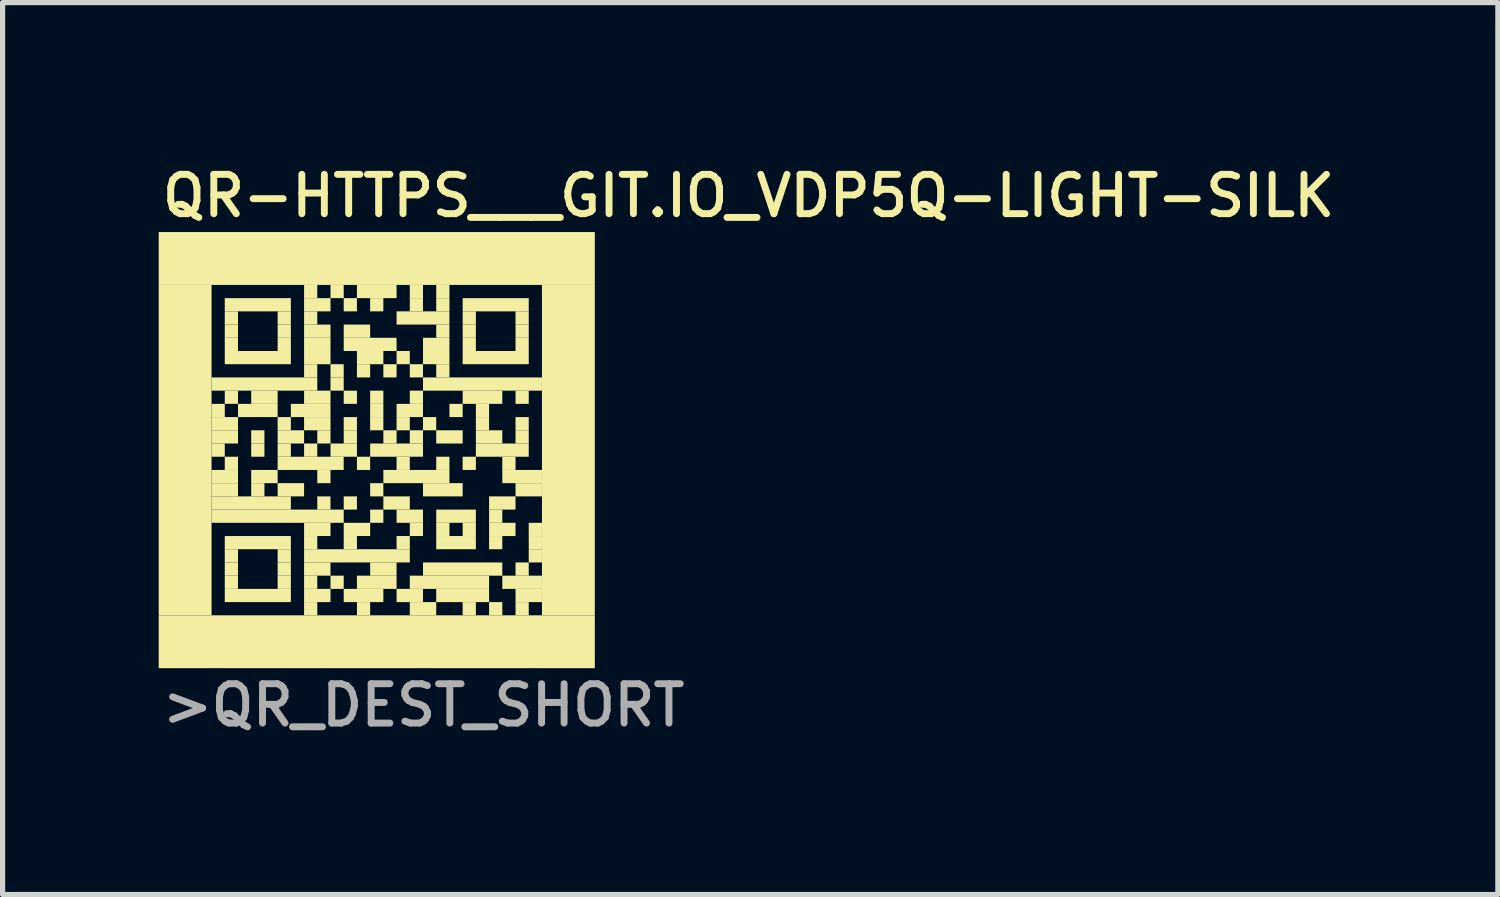
<source format=kicad_pcb>
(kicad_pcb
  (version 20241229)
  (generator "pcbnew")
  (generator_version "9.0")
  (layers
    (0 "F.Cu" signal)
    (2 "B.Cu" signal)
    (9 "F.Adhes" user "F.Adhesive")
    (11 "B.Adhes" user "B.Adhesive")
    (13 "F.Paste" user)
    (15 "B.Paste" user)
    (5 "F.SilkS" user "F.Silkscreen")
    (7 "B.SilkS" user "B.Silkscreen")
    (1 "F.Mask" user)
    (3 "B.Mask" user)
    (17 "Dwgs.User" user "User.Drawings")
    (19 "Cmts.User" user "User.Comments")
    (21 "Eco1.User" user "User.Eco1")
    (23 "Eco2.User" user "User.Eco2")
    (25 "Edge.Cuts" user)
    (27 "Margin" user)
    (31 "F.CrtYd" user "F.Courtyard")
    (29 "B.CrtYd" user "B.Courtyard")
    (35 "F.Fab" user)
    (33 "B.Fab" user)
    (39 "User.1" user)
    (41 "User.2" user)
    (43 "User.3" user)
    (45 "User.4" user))
  (footprint "QR-HTTPS___GIT.IO_VDP5Q-LIGHT-SILK"
    (layer "F.Cu")
    (at 4.191 5.601)
    (property "Reference" "QR-HTTPS___GIT.IO_VDP5Q-LIGHT-SILK" (at -4.191 -4.445 0) (layer "F.SilkS") (effects (font (size 0.756 0.756) (thickness 0.133)) (justify left bottom)))
    (fp_poly (pts (xy -4.191 -3.175) (xy 4.191 -3.175) (xy 4.191 -4.191) (xy -4.191 -4.191)) (stroke (width 0) (type solid)) (fill yes) (layer "F.SilkS"))
    (fp_poly (pts (xy -4.191 3.175) (xy -3.175 3.175) (xy -3.175 -3.175) (xy -4.191 -3.175)) (stroke (width 0) (type solid)) (fill yes) (layer "F.SilkS"))
    (fp_poly (pts (xy -4.191 4.191) (xy 4.191 4.191) (xy 4.191 3.175) (xy -4.191 3.175)) (stroke (width 0) (type solid)) (fill yes) (layer "F.SilkS"))
    (fp_poly (pts (xy -3.175 -1.143) (xy -1.143 -1.143) (xy -1.143 -1.397) (xy -3.175 -1.397)) (stroke (width 0) (type solid)) (fill yes) (layer "F.SilkS"))
    (fp_poly (pts (xy -3.175 -0.635) (xy -2.921 -0.635) (xy -2.921 -0.889) (xy -3.175 -0.889)) (stroke (width 0) (type solid)) (fill yes) (layer "F.SilkS"))
    (fp_poly (pts (xy -3.175 -0.381) (xy -2.667 -0.381) (xy -2.667 -0.635) (xy -3.175 -0.635)) (stroke (width 0) (type solid)) (fill yes) (layer "F.SilkS"))
    (fp_poly (pts (xy -3.175 -0.127) (xy -2.667 -0.127) (xy -2.667 -0.381) (xy -3.175 -0.381)) (stroke (width 0) (type solid)) (fill yes) (layer "F.SilkS"))
    (fp_poly (pts (xy -3.175 0.127) (xy -2.921 0.127) (xy -2.921 -0.127) (xy -3.175 -0.127)) (stroke (width 0) (type solid)) (fill yes) (layer "F.SilkS"))
    (fp_poly (pts (xy -3.175 0.635) (xy -2.667 0.635) (xy -2.667 0.381) (xy -3.175 0.381)) (stroke (width 0) (type solid)) (fill yes) (layer "F.SilkS"))
    (fp_poly (pts (xy -3.175 0.889) (xy -2.667 0.889) (xy -2.667 0.635) (xy -3.175 0.635)) (stroke (width 0) (type solid)) (fill yes) (layer "F.SilkS"))
    (fp_poly (pts (xy -3.175 1.143) (xy -1.651 1.143) (xy -1.651 0.889) (xy -3.175 0.889)) (stroke (width 0) (type solid)) (fill yes) (layer "F.SilkS"))
    (fp_poly (pts (xy -3.175 1.397) (xy -0.635 1.397) (xy -0.635 1.143) (xy -3.175 1.143)) (stroke (width 0) (type solid)) (fill yes) (layer "F.SilkS"))
    (fp_poly (pts (xy -2.921 -2.667) (xy -1.651 -2.667) (xy -1.651 -2.921) (xy -2.921 -2.921)) (stroke (width 0) (type solid)) (fill yes) (layer "F.SilkS"))
    (fp_poly (pts (xy -2.921 -2.413) (xy -2.667 -2.413) (xy -2.667 -2.667) (xy -2.921 -2.667)) (stroke (width 0) (type solid)) (fill yes) (layer "F.SilkS"))
    (fp_poly (pts (xy -2.921 -2.159) (xy -2.667 -2.159) (xy -2.667 -2.413) (xy -2.921 -2.413)) (stroke (width 0) (type solid)) (fill yes) (layer "F.SilkS"))
    (fp_poly (pts (xy -2.921 -1.905) (xy -2.667 -1.905) (xy -2.667 -2.159) (xy -2.921 -2.159)) (stroke (width 0) (type solid)) (fill yes) (layer "F.SilkS"))
    (fp_poly (pts (xy -2.921 -1.651) (xy -1.651 -1.651) (xy -1.651 -1.905) (xy -2.921 -1.905)) (stroke (width 0) (type solid)) (fill yes) (layer "F.SilkS"))
    (fp_poly (pts (xy -2.921 -0.889) (xy -2.667 -0.889) (xy -2.667 -1.143) (xy -2.921 -1.143)) (stroke (width 0) (type solid)) (fill yes) (layer "F.SilkS"))
    (fp_poly (pts (xy -2.921 0.381) (xy -2.667 0.381) (xy -2.667 0.127) (xy -2.921 0.127)) (stroke (width 0) (type solid)) (fill yes) (layer "F.SilkS"))
    (fp_poly (pts (xy -2.921 1.905) (xy -1.651 1.905) (xy -1.651 1.651) (xy -2.921 1.651)) (stroke (width 0) (type solid)) (fill yes) (layer "F.SilkS"))
    (fp_poly (pts (xy -2.921 2.159) (xy -2.667 2.159) (xy -2.667 1.905) (xy -2.921 1.905)) (stroke (width 0) (type solid)) (fill yes) (layer "F.SilkS"))
    (fp_poly (pts (xy -2.921 2.413) (xy -2.667 2.413) (xy -2.667 2.159) (xy -2.921 2.159)) (stroke (width 0) (type solid)) (fill yes) (layer "F.SilkS"))
    (fp_poly (pts (xy -2.921 2.667) (xy -2.667 2.667) (xy -2.667 2.413) (xy -2.921 2.413)) (stroke (width 0) (type solid)) (fill yes) (layer "F.SilkS"))
    (fp_poly (pts (xy -2.921 2.921) (xy -1.651 2.921) (xy -1.651 2.667) (xy -2.921 2.667)) (stroke (width 0) (type solid)) (fill yes) (layer "F.SilkS"))
    (fp_poly (pts (xy -2.667 -0.635) (xy -1.905 -0.635) (xy -1.905 -0.889) (xy -2.667 -0.889)) (stroke (width 0) (type solid)) (fill yes) (layer "F.SilkS"))
    (fp_poly (pts (xy -2.413 -0.889) (xy -1.905 -0.889) (xy -1.905 -1.143) (xy -2.413 -1.143)) (stroke (width 0) (type solid)) (fill yes) (layer "F.SilkS"))
    (fp_poly (pts (xy -2.413 -0.127) (xy -2.159 -0.127) (xy -2.159 -0.381) (xy -2.413 -0.381)) (stroke (width 0) (type solid)) (fill yes) (layer "F.SilkS"))
    (fp_poly (pts (xy -2.413 0.127) (xy -2.159 0.127) (xy -2.159 -0.127) (xy -2.413 -0.127)) (stroke (width 0) (type solid)) (fill yes) (layer "F.SilkS"))
    (fp_poly (pts (xy -2.413 0.635) (xy -1.905 0.635) (xy -1.905 0.381) (xy -2.413 0.381)) (stroke (width 0) (type solid)) (fill yes) (layer "F.SilkS"))
    (fp_poly (pts (xy -2.413 0.889) (xy -2.159 0.889) (xy -2.159 0.635) (xy -2.413 0.635)) (stroke (width 0) (type solid)) (fill yes) (layer "F.SilkS"))
    (fp_poly (pts (xy -1.905 -2.413) (xy -1.651 -2.413) (xy -1.651 -2.667) (xy -1.905 -2.667)) (stroke (width 0) (type solid)) (fill yes) (layer "F.SilkS"))
    (fp_poly (pts (xy -1.905 -2.159) (xy -1.651 -2.159) (xy -1.651 -2.413) (xy -1.905 -2.413)) (stroke (width 0) (type solid)) (fill yes) (layer "F.SilkS"))
    (fp_poly (pts (xy -1.905 -1.905) (xy -1.651 -1.905) (xy -1.651 -2.159) (xy -1.905 -2.159)) (stroke (width 0) (type solid)) (fill yes) (layer "F.SilkS"))
    (fp_poly (pts (xy -1.905 -0.381) (xy -1.651 -0.381) (xy -1.651 -0.635) (xy -1.905 -0.635)) (stroke (width 0) (type solid)) (fill yes) (layer "F.SilkS"))
    (fp_poly (pts (xy -1.905 -0.127) (xy -1.397 -0.127) (xy -1.397 -0.381) (xy -1.905 -0.381)) (stroke (width 0) (type solid)) (fill yes) (layer "F.SilkS"))
    (fp_poly (pts (xy -1.905 0.127) (xy -1.651 0.127) (xy -1.651 -0.127) (xy -1.905 -0.127)) (stroke (width 0) (type solid)) (fill yes) (layer "F.SilkS"))
    (fp_poly (pts (xy -1.905 0.381) (xy -0.635 0.381) (xy -0.635 0.127) (xy -1.905 0.127)) (stroke (width 0) (type solid)) (fill yes) (layer "F.SilkS"))
    (fp_poly (pts (xy -1.905 0.889) (xy -1.397 0.889) (xy -1.397 0.635) (xy -1.905 0.635)) (stroke (width 0) (type solid)) (fill yes) (layer "F.SilkS"))
    (fp_poly (pts (xy -1.905 2.159) (xy -1.651 2.159) (xy -1.651 1.905) (xy -1.905 1.905)) (stroke (width 0) (type solid)) (fill yes) (layer "F.SilkS"))
    (fp_poly (pts (xy -1.905 2.413) (xy -1.651 2.413) (xy -1.651 2.159) (xy -1.905 2.159)) (stroke (width 0) (type solid)) (fill yes) (layer "F.SilkS"))
    (fp_poly (pts (xy -1.905 2.667) (xy -1.651 2.667) (xy -1.651 2.413) (xy -1.905 2.413)) (stroke (width 0) (type solid)) (fill yes) (layer "F.SilkS"))
    (fp_poly (pts (xy -1.651 -0.635) (xy -0.889 -0.635) (xy -0.889 -0.889) (xy -1.651 -0.889)) (stroke (width 0) (type solid)) (fill yes) (layer "F.SilkS"))
    (fp_poly (pts (xy -1.397 -2.921) (xy -1.143 -2.921) (xy -1.143 -3.175) (xy -1.397 -3.175)) (stroke (width 0) (type solid)) (fill yes) (layer "F.SilkS"))
    (fp_poly (pts (xy -1.397 -2.667) (xy -0.889 -2.667) (xy -0.889 -2.921) (xy -1.397 -2.921)) (stroke (width 0) (type solid)) (fill yes) (layer "F.SilkS"))
    (fp_poly (pts (xy -1.397 -2.413) (xy -1.143 -2.413) (xy -1.143 -2.667) (xy -1.397 -2.667)) (stroke (width 0) (type solid)) (fill yes) (layer "F.SilkS"))
    (fp_poly (pts (xy -1.397 -2.159) (xy -0.889 -2.159) (xy -0.889 -2.413) (xy -1.397 -2.413)) (stroke (width 0) (type solid)) (fill yes) (layer "F.SilkS"))
    (fp_poly (pts (xy -1.397 -1.905) (xy -0.889 -1.905) (xy -0.889 -2.159) (xy -1.397 -2.159)) (stroke (width 0) (type solid)) (fill yes) (layer "F.SilkS"))
    (fp_poly (pts (xy -1.397 -1.651) (xy -0.889 -1.651) (xy -0.889 -1.905) (xy -1.397 -1.905)) (stroke (width 0) (type solid)) (fill yes) (layer "F.SilkS"))
    (fp_poly (pts (xy -1.397 -1.397) (xy -1.143 -1.397) (xy -1.143 -1.651) (xy -1.397 -1.651)) (stroke (width 0) (type solid)) (fill yes) (layer "F.SilkS"))
    (fp_poly (pts (xy -1.397 -0.889) (xy -0.889 -0.889) (xy -0.889 -1.143) (xy -1.397 -1.143)) (stroke (width 0) (type solid)) (fill yes) (layer "F.SilkS"))
    (fp_poly (pts (xy -1.397 -0.381) (xy -0.889 -0.381) (xy -0.889 -0.635) (xy -1.397 -0.635)) (stroke (width 0) (type solid)) (fill yes) (layer "F.SilkS"))
    (fp_poly (pts (xy -1.397 0.127) (xy -1.143 0.127) (xy -1.143 -0.127) (xy -1.397 -0.127)) (stroke (width 0) (type solid)) (fill yes) (layer "F.SilkS"))
    (fp_poly (pts (xy -1.397 1.651) (xy -0.889 1.651) (xy -0.889 1.397) (xy -1.397 1.397)) (stroke (width 0) (type solid)) (fill yes) (layer "F.SilkS"))
    (fp_poly (pts (xy -1.397 1.905) (xy -1.143 1.905) (xy -1.143 1.651) (xy -1.397 1.651)) (stroke (width 0) (type solid)) (fill yes) (layer "F.SilkS"))
    (fp_poly (pts (xy -1.397 2.159) (xy 0.635 2.159) (xy 0.635 1.905) (xy -1.397 1.905)) (stroke (width 0) (type solid)) (fill yes) (layer "F.SilkS"))
    (fp_poly (pts (xy -1.397 2.413) (xy -0.889 2.413) (xy -0.889 2.159) (xy -1.397 2.159)) (stroke (width 0) (type solid)) (fill yes) (layer "F.SilkS"))
    (fp_poly (pts (xy -1.397 2.667) (xy -1.143 2.667) (xy -1.143 2.413) (xy -1.397 2.413)) (stroke (width 0) (type solid)) (fill yes) (layer "F.SilkS"))
    (fp_poly (pts (xy -1.397 2.921) (xy -0.889 2.921) (xy -0.889 2.667) (xy -1.397 2.667)) (stroke (width 0) (type solid)) (fill yes) (layer "F.SilkS"))
    (fp_poly (pts (xy -1.397 3.175) (xy -1.143 3.175) (xy -1.143 2.921) (xy -1.397 2.921)) (stroke (width 0) (type solid)) (fill yes) (layer "F.SilkS"))
    (fp_poly (pts (xy -1.143 -0.127) (xy -0.889 -0.127) (xy -0.889 -0.381) (xy -1.143 -0.381)) (stroke (width 0) (type solid)) (fill yes) (layer "F.SilkS"))
    (fp_poly (pts (xy -1.143 0.635) (xy -0.889 0.635) (xy -0.889 0.381) (xy -1.143 0.381)) (stroke (width 0) (type solid)) (fill yes) (layer "F.SilkS"))
    (fp_poly (pts (xy -1.143 1.143) (xy -0.889 1.143) (xy -0.889 0.889) (xy -1.143 0.889)) (stroke (width 0) (type solid)) (fill yes) (layer "F.SilkS"))
    (fp_poly (pts (xy -0.889 -2.921) (xy -0.635 -2.921) (xy -0.635 -3.175) (xy -0.889 -3.175)) (stroke (width 0) (type solid)) (fill yes) (layer "F.SilkS"))
    (fp_poly (pts (xy -0.889 -1.397) (xy -0.635 -1.397) (xy -0.635 -1.651) (xy -0.889 -1.651)) (stroke (width 0) (type solid)) (fill yes) (layer "F.SilkS"))
    (fp_poly (pts (xy -0.889 -1.143) (xy -0.635 -1.143) (xy -0.635 -1.397) (xy -0.889 -1.397)) (stroke (width 0) (type solid)) (fill yes) (layer "F.SilkS"))
    (fp_poly (pts (xy -0.889 0.127) (xy -0.381 0.127) (xy -0.381 -0.127) (xy -0.889 -0.127)) (stroke (width 0) (type solid)) (fill yes) (layer "F.SilkS"))
    (fp_poly (pts (xy -0.889 2.667) (xy -0.635 2.667) (xy -0.635 2.413) (xy -0.889 2.413)) (stroke (width 0) (type solid)) (fill yes) (layer "F.SilkS"))
    (fp_poly (pts (xy -0.635 -2.667) (xy -0.381 -2.667) (xy -0.381 -2.921) (xy -0.635 -2.921)) (stroke (width 0) (type solid)) (fill yes) (layer "F.SilkS"))
    (fp_poly (pts (xy -0.635 -2.159) (xy -0.127 -2.159) (xy -0.127 -2.413) (xy -0.635 -2.413)) (stroke (width 0) (type solid)) (fill yes) (layer "F.SilkS"))
    (fp_poly (pts (xy -0.635 -1.905) (xy 0.381 -1.905) (xy 0.381 -2.159) (xy -0.635 -2.159)) (stroke (width 0) (type solid)) (fill yes) (layer "F.SilkS"))
    (fp_poly (pts (xy -0.635 -0.889) (xy -0.381 -0.889) (xy -0.381 -1.143) (xy -0.635 -1.143)) (stroke (width 0) (type solid)) (fill yes) (layer "F.SilkS"))
    (fp_poly (pts (xy -0.635 -0.381) (xy -0.381 -0.381) (xy -0.381 -0.635) (xy -0.635 -0.635)) (stroke (width 0) (type solid)) (fill yes) (layer "F.SilkS"))
    (fp_poly (pts (xy -0.635 -0.127) (xy -0.381 -0.127) (xy -0.381 -0.381) (xy -0.635 -0.381)) (stroke (width 0) (type solid)) (fill yes) (layer "F.SilkS"))
    (fp_poly (pts (xy -0.635 1.143) (xy -0.381 1.143) (xy -0.381 0.889) (xy -0.635 0.889)) (stroke (width 0) (type solid)) (fill yes) (layer "F.SilkS"))
    (fp_poly (pts (xy -0.635 1.651) (xy -0.127 1.651) (xy -0.127 1.397) (xy -0.635 1.397)) (stroke (width 0) (type solid)) (fill yes) (layer "F.SilkS"))
    (fp_poly (pts (xy -0.635 1.905) (xy -0.381 1.905) (xy -0.381 1.651) (xy -0.635 1.651)) (stroke (width 0) (type solid)) (fill yes) (layer "F.SilkS"))
    (fp_poly (pts (xy -0.635 2.921) (xy 0.127 2.921) (xy 0.127 2.667) (xy -0.635 2.667)) (stroke (width 0) (type solid)) (fill yes) (layer "F.SilkS"))
    (fp_poly (pts (xy -0.381 -2.921) (xy 0.381 -2.921) (xy 0.381 -3.175) (xy -0.381 -3.175)) (stroke (width 0) (type solid)) (fill yes) (layer "F.SilkS"))
    (fp_poly (pts (xy -0.381 -1.651) (xy 0.127 -1.651) (xy 0.127 -1.905) (xy -0.381 -1.905)) (stroke (width 0) (type solid)) (fill yes) (layer "F.SilkS"))
    (fp_poly (pts (xy -0.381 -1.397) (xy -0.127 -1.397) (xy -0.127 -1.651) (xy -0.381 -1.651)) (stroke (width 0) (type solid)) (fill yes) (layer "F.SilkS"))
    (fp_poly (pts (xy -0.381 0.381) (xy -0.127 0.381) (xy -0.127 0.127) (xy -0.381 0.127)) (stroke (width 0) (type solid)) (fill yes) (layer "F.SilkS"))
    (fp_poly (pts (xy -0.381 2.667) (xy 0.381 2.667) (xy 0.381 2.413) (xy -0.381 2.413)) (stroke (width 0) (type solid)) (fill yes) (layer "F.SilkS"))
    (fp_poly (pts (xy -0.381 3.175) (xy -0.127 3.175) (xy -0.127 2.921) (xy -0.381 2.921)) (stroke (width 0) (type solid)) (fill yes) (layer "F.SilkS"))
    (fp_poly (pts (xy -0.127 -2.667) (xy 0.127 -2.667) (xy 0.127 -2.921) (xy -0.127 -2.921)) (stroke (width 0) (type solid)) (fill yes) (layer "F.SilkS"))
    (fp_poly (pts (xy -0.127 -0.889) (xy 0.127 -0.889) (xy 0.127 -1.143) (xy -0.127 -1.143)) (stroke (width 0) (type solid)) (fill yes) (layer "F.SilkS"))
    (fp_poly (pts (xy -0.127 -0.635) (xy 0.127 -0.635) (xy 0.127 -0.889) (xy -0.127 -0.889)) (stroke (width 0) (type solid)) (fill yes) (layer "F.SilkS"))
    (fp_poly (pts (xy -0.127 -0.381) (xy 0.127 -0.381) (xy 0.127 -0.635) (xy -0.127 -0.635)) (stroke (width 0) (type solid)) (fill yes) (layer "F.SilkS"))
    (fp_poly (pts (xy -0.127 0.127) (xy 0.889 0.127) (xy 0.889 -0.127) (xy -0.127 -0.127)) (stroke (width 0) (type solid)) (fill yes) (layer "F.SilkS"))
    (fp_poly (pts (xy -0.127 0.889) (xy 0.127 0.889) (xy 0.127 0.635) (xy -0.127 0.635)) (stroke (width 0) (type solid)) (fill yes) (layer "F.SilkS"))
    (fp_poly (pts (xy -0.127 1.397) (xy 0.127 1.397) (xy 0.127 1.143) (xy -0.127 1.143)) (stroke (width 0) (type solid)) (fill yes) (layer "F.SilkS"))
    (fp_poly (pts (xy -0.127 2.413) (xy 0.381 2.413) (xy 0.381 2.159) (xy -0.127 2.159)) (stroke (width 0) (type solid)) (fill yes) (layer "F.SilkS"))
    (fp_poly (pts (xy 0.127 -1.397) (xy 0.381 -1.397) (xy 0.381 -1.651) (xy 0.127 -1.651)) (stroke (width 0) (type solid)) (fill yes) (layer "F.SilkS"))
    (fp_poly (pts (xy 0.127 -0.127) (xy 0.381 -0.127) (xy 0.381 -0.381) (xy 0.127 -0.381)) (stroke (width 0) (type solid)) (fill yes) (layer "F.SilkS"))
    (fp_poly (pts (xy 0.127 0.635) (xy 1.397 0.635) (xy 1.397 0.381) (xy 0.127 0.381)) (stroke (width 0) (type solid)) (fill yes) (layer "F.SilkS"))
    (fp_poly (pts (xy 0.127 1.143) (xy 0.635 1.143) (xy 0.635 0.889) (xy 0.127 0.889)) (stroke (width 0) (type solid)) (fill yes) (layer "F.SilkS"))
    (fp_poly (pts (xy 0.381 -2.413) (xy 1.397 -2.413) (xy 1.397 -2.667) (xy 0.381 -2.667)) (stroke (width 0) (type solid)) (fill yes) (layer "F.SilkS"))
    (fp_poly (pts (xy 0.381 -1.651) (xy 0.635 -1.651) (xy 0.635 -1.905) (xy 0.381 -1.905)) (stroke (width 0) (type solid)) (fill yes) (layer "F.SilkS"))
    (fp_poly (pts (xy 0.381 -0.635) (xy 0.889 -0.635) (xy 0.889 -0.889) (xy 0.381 -0.889)) (stroke (width 0) (type solid)) (fill yes) (layer "F.SilkS"))
    (fp_poly (pts (xy 0.381 -0.381) (xy 0.635 -0.381) (xy 0.635 -0.635) (xy 0.381 -0.635)) (stroke (width 0) (type solid)) (fill yes) (layer "F.SilkS"))
    (fp_poly (pts (xy 0.381 0.381) (xy 0.635 0.381) (xy 0.635 0.127) (xy 0.381 0.127)) (stroke (width 0) (type solid)) (fill yes) (layer "F.SilkS"))
    (fp_poly (pts (xy 0.381 1.397) (xy 0.889 1.397) (xy 0.889 1.143) (xy 0.381 1.143)) (stroke (width 0) (type solid)) (fill yes) (layer "F.SilkS"))
    (fp_poly (pts (xy 0.381 1.905) (xy 0.635 1.905) (xy 0.635 1.651) (xy 0.381 1.651)) (stroke (width 0) (type solid)) (fill yes) (layer "F.SilkS"))
    (fp_poly (pts (xy 0.381 2.921) (xy 0.889 2.921) (xy 0.889 2.667) (xy 0.381 2.667)) (stroke (width 0) (type solid)) (fill yes) (layer "F.SilkS"))
    (fp_poly (pts (xy 0.635 -2.921) (xy 0.889 -2.921) (xy 0.889 -3.175) (xy 0.635 -3.175)) (stroke (width 0) (type solid)) (fill yes) (layer "F.SilkS"))
    (fp_poly (pts (xy 0.635 -2.667) (xy 0.889 -2.667) (xy 0.889 -2.921) (xy 0.635 -2.921)) (stroke (width 0) (type solid)) (fill yes) (layer "F.SilkS"))
    (fp_poly (pts (xy 0.635 -1.397) (xy 0.889 -1.397) (xy 0.889 -1.651) (xy 0.635 -1.651)) (stroke (width 0) (type solid)) (fill yes) (layer "F.SilkS"))
    (fp_poly (pts (xy 0.635 -0.889) (xy 0.889 -0.889) (xy 0.889 -1.143) (xy 0.635 -1.143)) (stroke (width 0) (type solid)) (fill yes) (layer "F.SilkS"))
    (fp_poly (pts (xy 0.635 -0.127) (xy 0.889 -0.127) (xy 0.889 -0.381) (xy 0.635 -0.381)) (stroke (width 0) (type solid)) (fill yes) (layer "F.SilkS"))
    (fp_poly (pts (xy 0.635 1.651) (xy 0.889 1.651) (xy 0.889 1.397) (xy 0.635 1.397)) (stroke (width 0) (type solid)) (fill yes) (layer "F.SilkS"))
    (fp_poly (pts (xy 0.635 2.667) (xy 2.159 2.667) (xy 2.159 2.413) (xy 0.635 2.413)) (stroke (width 0) (type solid)) (fill yes) (layer "F.SilkS"))
    (fp_poly (pts (xy 0.635 3.175) (xy 1.143 3.175) (xy 1.143 2.921) (xy 0.635 2.921)) (stroke (width 0) (type solid)) (fill yes) (layer "F.SilkS"))
    (fp_poly (pts (xy 0.889 -1.905) (xy 1.397 -1.905) (xy 1.397 -2.159) (xy 0.889 -2.159)) (stroke (width 0) (type solid)) (fill yes) (layer "F.SilkS"))
    (fp_poly (pts (xy 0.889 -1.651) (xy 1.397 -1.651) (xy 1.397 -1.905) (xy 0.889 -1.905)) (stroke (width 0) (type solid)) (fill yes) (layer "F.SilkS"))
    (fp_poly (pts (xy 0.889 -1.143) (xy 3.175 -1.143) (xy 3.175 -1.397) (xy 0.889 -1.397)) (stroke (width 0) (type solid)) (fill yes) (layer "F.SilkS"))
    (fp_poly (pts (xy 0.889 -0.381) (xy 1.143 -0.381) (xy 1.143 -0.635) (xy 0.889 -0.635)) (stroke (width 0) (type solid)) (fill yes) (layer "F.SilkS"))
    (fp_poly (pts (xy 0.889 0.889) (xy 1.651 0.889) (xy 1.651 0.635) (xy 0.889 0.635)) (stroke (width 0) (type solid)) (fill yes) (layer "F.SilkS"))
    (fp_poly (pts (xy 0.889 2.413) (xy 2.413 2.413) (xy 2.413 2.159) (xy 0.889 2.159)) (stroke (width 0) (type solid)) (fill yes) (layer "F.SilkS"))
    (fp_poly (pts (xy 1.143 -2.921) (xy 1.397 -2.921) (xy 1.397 -3.175) (xy 1.143 -3.175)) (stroke (width 0) (type solid)) (fill yes) (layer "F.SilkS"))
    (fp_poly (pts (xy 1.143 -2.667) (xy 1.397 -2.667) (xy 1.397 -2.921) (xy 1.143 -2.921)) (stroke (width 0) (type solid)) (fill yes) (layer "F.SilkS"))
    (fp_poly (pts (xy 1.143 -2.159) (xy 1.397 -2.159) (xy 1.397 -2.413) (xy 1.143 -2.413)) (stroke (width 0) (type solid)) (fill yes) (layer "F.SilkS"))
    (fp_poly (pts (xy 1.143 -1.397) (xy 1.397 -1.397) (xy 1.397 -1.651) (xy 1.143 -1.651)) (stroke (width 0) (type solid)) (fill yes) (layer "F.SilkS"))
    (fp_poly (pts (xy 1.143 -0.127) (xy 1.651 -0.127) (xy 1.651 -0.381) (xy 1.143 -0.381)) (stroke (width 0) (type solid)) (fill yes) (layer "F.SilkS"))
    (fp_poly (pts (xy 1.143 0.381) (xy 1.397 0.381) (xy 1.397 0.127) (xy 1.143 0.127)) (stroke (width 0) (type solid)) (fill yes) (layer "F.SilkS"))
    (fp_poly (pts (xy 1.143 1.397) (xy 1.905 1.397) (xy 1.905 1.143) (xy 1.143 1.143)) (stroke (width 0) (type solid)) (fill yes) (layer "F.SilkS"))
    (fp_poly (pts (xy 1.143 1.651) (xy 1.397 1.651) (xy 1.397 1.397) (xy 1.143 1.397)) (stroke (width 0) (type solid)) (fill yes) (layer "F.SilkS"))
    (fp_poly (pts (xy 1.143 1.905) (xy 1.905 1.905) (xy 1.905 1.651) (xy 1.143 1.651)) (stroke (width 0) (type solid)) (fill yes) (layer "F.SilkS"))
    (fp_poly (pts (xy 1.143 2.921) (xy 2.159 2.921) (xy 2.159 2.667) (xy 1.143 2.667)) (stroke (width 0) (type solid)) (fill yes) (layer "F.SilkS"))
    (fp_poly (pts (xy 1.397 -0.635) (xy 1.651 -0.635) (xy 1.651 -0.889) (xy 1.397 -0.889)) (stroke (width 0) (type solid)) (fill yes) (layer "F.SilkS"))
    (fp_poly (pts (xy 1.651 -2.667) (xy 2.921 -2.667) (xy 2.921 -2.921) (xy 1.651 -2.921)) (stroke (width 0) (type solid)) (fill yes) (layer "F.SilkS"))
    (fp_poly (pts (xy 1.651 -2.413) (xy 1.905 -2.413) (xy 1.905 -2.667) (xy 1.651 -2.667)) (stroke (width 0) (type solid)) (fill yes) (layer "F.SilkS"))
    (fp_poly (pts (xy 1.651 -2.159) (xy 1.905 -2.159) (xy 1.905 -2.413) (xy 1.651 -2.413)) (stroke (width 0) (type solid)) (fill yes) (layer "F.SilkS"))
    (fp_poly (pts (xy 1.651 -1.905) (xy 1.905 -1.905) (xy 1.905 -2.159) (xy 1.651 -2.159)) (stroke (width 0) (type solid)) (fill yes) (layer "F.SilkS"))
    (fp_poly (pts (xy 1.651 -1.651) (xy 2.921 -1.651) (xy 2.921 -1.905) (xy 1.651 -1.905)) (stroke (width 0) (type solid)) (fill yes) (layer "F.SilkS"))
    (fp_poly (pts (xy 1.651 -0.889) (xy 2.413 -0.889) (xy 2.413 -1.143) (xy 1.651 -1.143)) (stroke (width 0) (type solid)) (fill yes) (layer "F.SilkS"))
    (fp_poly (pts (xy 1.651 0.381) (xy 1.905 0.381) (xy 1.905 0.127) (xy 1.651 0.127)) (stroke (width 0) (type solid)) (fill yes) (layer "F.SilkS"))
    (fp_poly (pts (xy 1.651 1.651) (xy 1.905 1.651) (xy 1.905 1.397) (xy 1.651 1.397)) (stroke (width 0) (type solid)) (fill yes) (layer "F.SilkS"))
    (fp_poly (pts (xy 1.651 3.175) (xy 1.905 3.175) (xy 1.905 2.921) (xy 1.651 2.921)) (stroke (width 0) (type solid)) (fill yes) (layer "F.SilkS"))
    (fp_poly (pts (xy 1.905 -0.635) (xy 2.159 -0.635) (xy 2.159 -0.889) (xy 1.905 -0.889)) (stroke (width 0) (type solid)) (fill yes) (layer "F.SilkS"))
    (fp_poly (pts (xy 1.905 -0.381) (xy 2.159 -0.381) (xy 2.159 -0.635) (xy 1.905 -0.635)) (stroke (width 0) (type solid)) (fill yes) (layer "F.SilkS"))
    (fp_poly (pts (xy 1.905 -0.127) (xy 2.413 -0.127) (xy 2.413 -0.381) (xy 1.905 -0.381)) (stroke (width 0) (type solid)) (fill yes) (layer "F.SilkS"))
    (fp_poly (pts (xy 1.905 0.127) (xy 2.921 0.127) (xy 2.921 -0.127) (xy 1.905 -0.127)) (stroke (width 0) (type solid)) (fill yes) (layer "F.SilkS"))
    (fp_poly (pts (xy 2.159 1.143) (xy 2.667 1.143) (xy 2.667 0.889) (xy 2.159 0.889)) (stroke (width 0) (type solid)) (fill yes) (layer "F.SilkS"))
    (fp_poly (pts (xy 2.159 1.397) (xy 2.413 1.397) (xy 2.413 1.143) (xy 2.159 1.143)) (stroke (width 0) (type solid)) (fill yes) (layer "F.SilkS"))
    (fp_poly (pts (xy 2.159 1.651) (xy 2.667 1.651) (xy 2.667 1.397) (xy 2.159 1.397)) (stroke (width 0) (type solid)) (fill yes) (layer "F.SilkS"))
    (fp_poly (pts (xy 2.159 1.905) (xy 2.413 1.905) (xy 2.413 1.651) (xy 2.159 1.651)) (stroke (width 0) (type solid)) (fill yes) (layer "F.SilkS"))
    (fp_poly (pts (xy 2.159 3.175) (xy 2.413 3.175) (xy 2.413 2.921) (xy 2.159 2.921)) (stroke (width 0) (type solid)) (fill yes) (layer "F.SilkS"))
    (fp_poly (pts (xy 2.413 0.381) (xy 2.667 0.381) (xy 2.667 0.127) (xy 2.413 0.127)) (stroke (width 0) (type solid)) (fill yes) (layer "F.SilkS"))
    (fp_poly (pts (xy 2.413 0.635) (xy 3.175 0.635) (xy 3.175 0.381) (xy 2.413 0.381)) (stroke (width 0) (type solid)) (fill yes) (layer "F.SilkS"))
    (fp_poly (pts (xy 2.413 2.667) (xy 3.175 2.667) (xy 3.175 2.413) (xy 2.413 2.413)) (stroke (width 0) (type solid)) (fill yes) (layer "F.SilkS"))
    (fp_poly (pts (xy 2.667 -2.413) (xy 2.921 -2.413) (xy 2.921 -2.667) (xy 2.667 -2.667)) (stroke (width 0) (type solid)) (fill yes) (layer "F.SilkS"))
    (fp_poly (pts (xy 2.667 -2.159) (xy 2.921 -2.159) (xy 2.921 -2.413) (xy 2.667 -2.413)) (stroke (width 0) (type solid)) (fill yes) (layer "F.SilkS"))
    (fp_poly (pts (xy 2.667 -1.905) (xy 2.921 -1.905) (xy 2.921 -2.159) (xy 2.667 -2.159)) (stroke (width 0) (type solid)) (fill yes) (layer "F.SilkS"))
    (fp_poly (pts (xy 2.667 -0.889) (xy 2.921 -0.889) (xy 2.921 -1.143) (xy 2.667 -1.143)) (stroke (width 0) (type solid)) (fill yes) (layer "F.SilkS"))
    (fp_poly (pts (xy 2.667 -0.381) (xy 2.921 -0.381) (xy 2.921 -0.635) (xy 2.667 -0.635)) (stroke (width 0) (type solid)) (fill yes) (layer "F.SilkS"))
    (fp_poly (pts (xy 2.667 -0.127) (xy 2.921 -0.127) (xy 2.921 -0.381) (xy 2.667 -0.381)) (stroke (width 0) (type solid)) (fill yes) (layer "F.SilkS"))
    (fp_poly (pts (xy 2.667 0.889) (xy 3.175 0.889) (xy 3.175 0.635) (xy 2.667 0.635)) (stroke (width 0) (type solid)) (fill yes) (layer "F.SilkS"))
    (fp_poly (pts (xy 2.667 2.413) (xy 2.921 2.413) (xy 2.921 2.159) (xy 2.667 2.159)) (stroke (width 0) (type solid)) (fill yes) (layer "F.SilkS"))
    (fp_poly (pts (xy 2.667 2.921) (xy 3.175 2.921) (xy 3.175 2.667) (xy 2.667 2.667)) (stroke (width 0) (type solid)) (fill yes) (layer "F.SilkS"))
    (fp_poly (pts (xy 2.667 3.175) (xy 2.921 3.175) (xy 2.921 2.921) (xy 2.667 2.921)) (stroke (width 0) (type solid)) (fill yes) (layer "F.SilkS"))
    (fp_poly (pts (xy 2.921 1.651) (xy 3.175 1.651) (xy 3.175 1.397) (xy 2.921 1.397)) (stroke (width 0) (type solid)) (fill yes) (layer "F.SilkS"))
    (fp_poly (pts (xy 2.921 1.905) (xy 3.175 1.905) (xy 3.175 1.651) (xy 2.921 1.651)) (stroke (width 0) (type solid)) (fill yes) (layer "F.SilkS"))
    (fp_poly (pts (xy 2.921 2.159) (xy 3.175 2.159) (xy 3.175 1.905) (xy 2.921 1.905)) (stroke (width 0) (type solid)) (fill yes) (layer "F.SilkS"))
    (fp_poly (pts (xy 3.175 3.175) (xy 4.191 3.175) (xy 4.191 -3.175) (xy 3.175 -3.175)) (stroke (width 0) (type solid)) (fill yes) (layer "F.SilkS"))
    (fp_text user ">QR_DEST_SHORT" (at -4.191 5.345 0) (layer "F.Fab") (effects (font (size 0.756 0.756) (thickness 0.133)) (justify left bottom))))
  (gr_rect
    (start -3 -3)
    (end 25.738 14.142)
    (stroke (width 0.1) (type default))
    (fill no)
    (layer "Edge.Cuts")))
</source>
